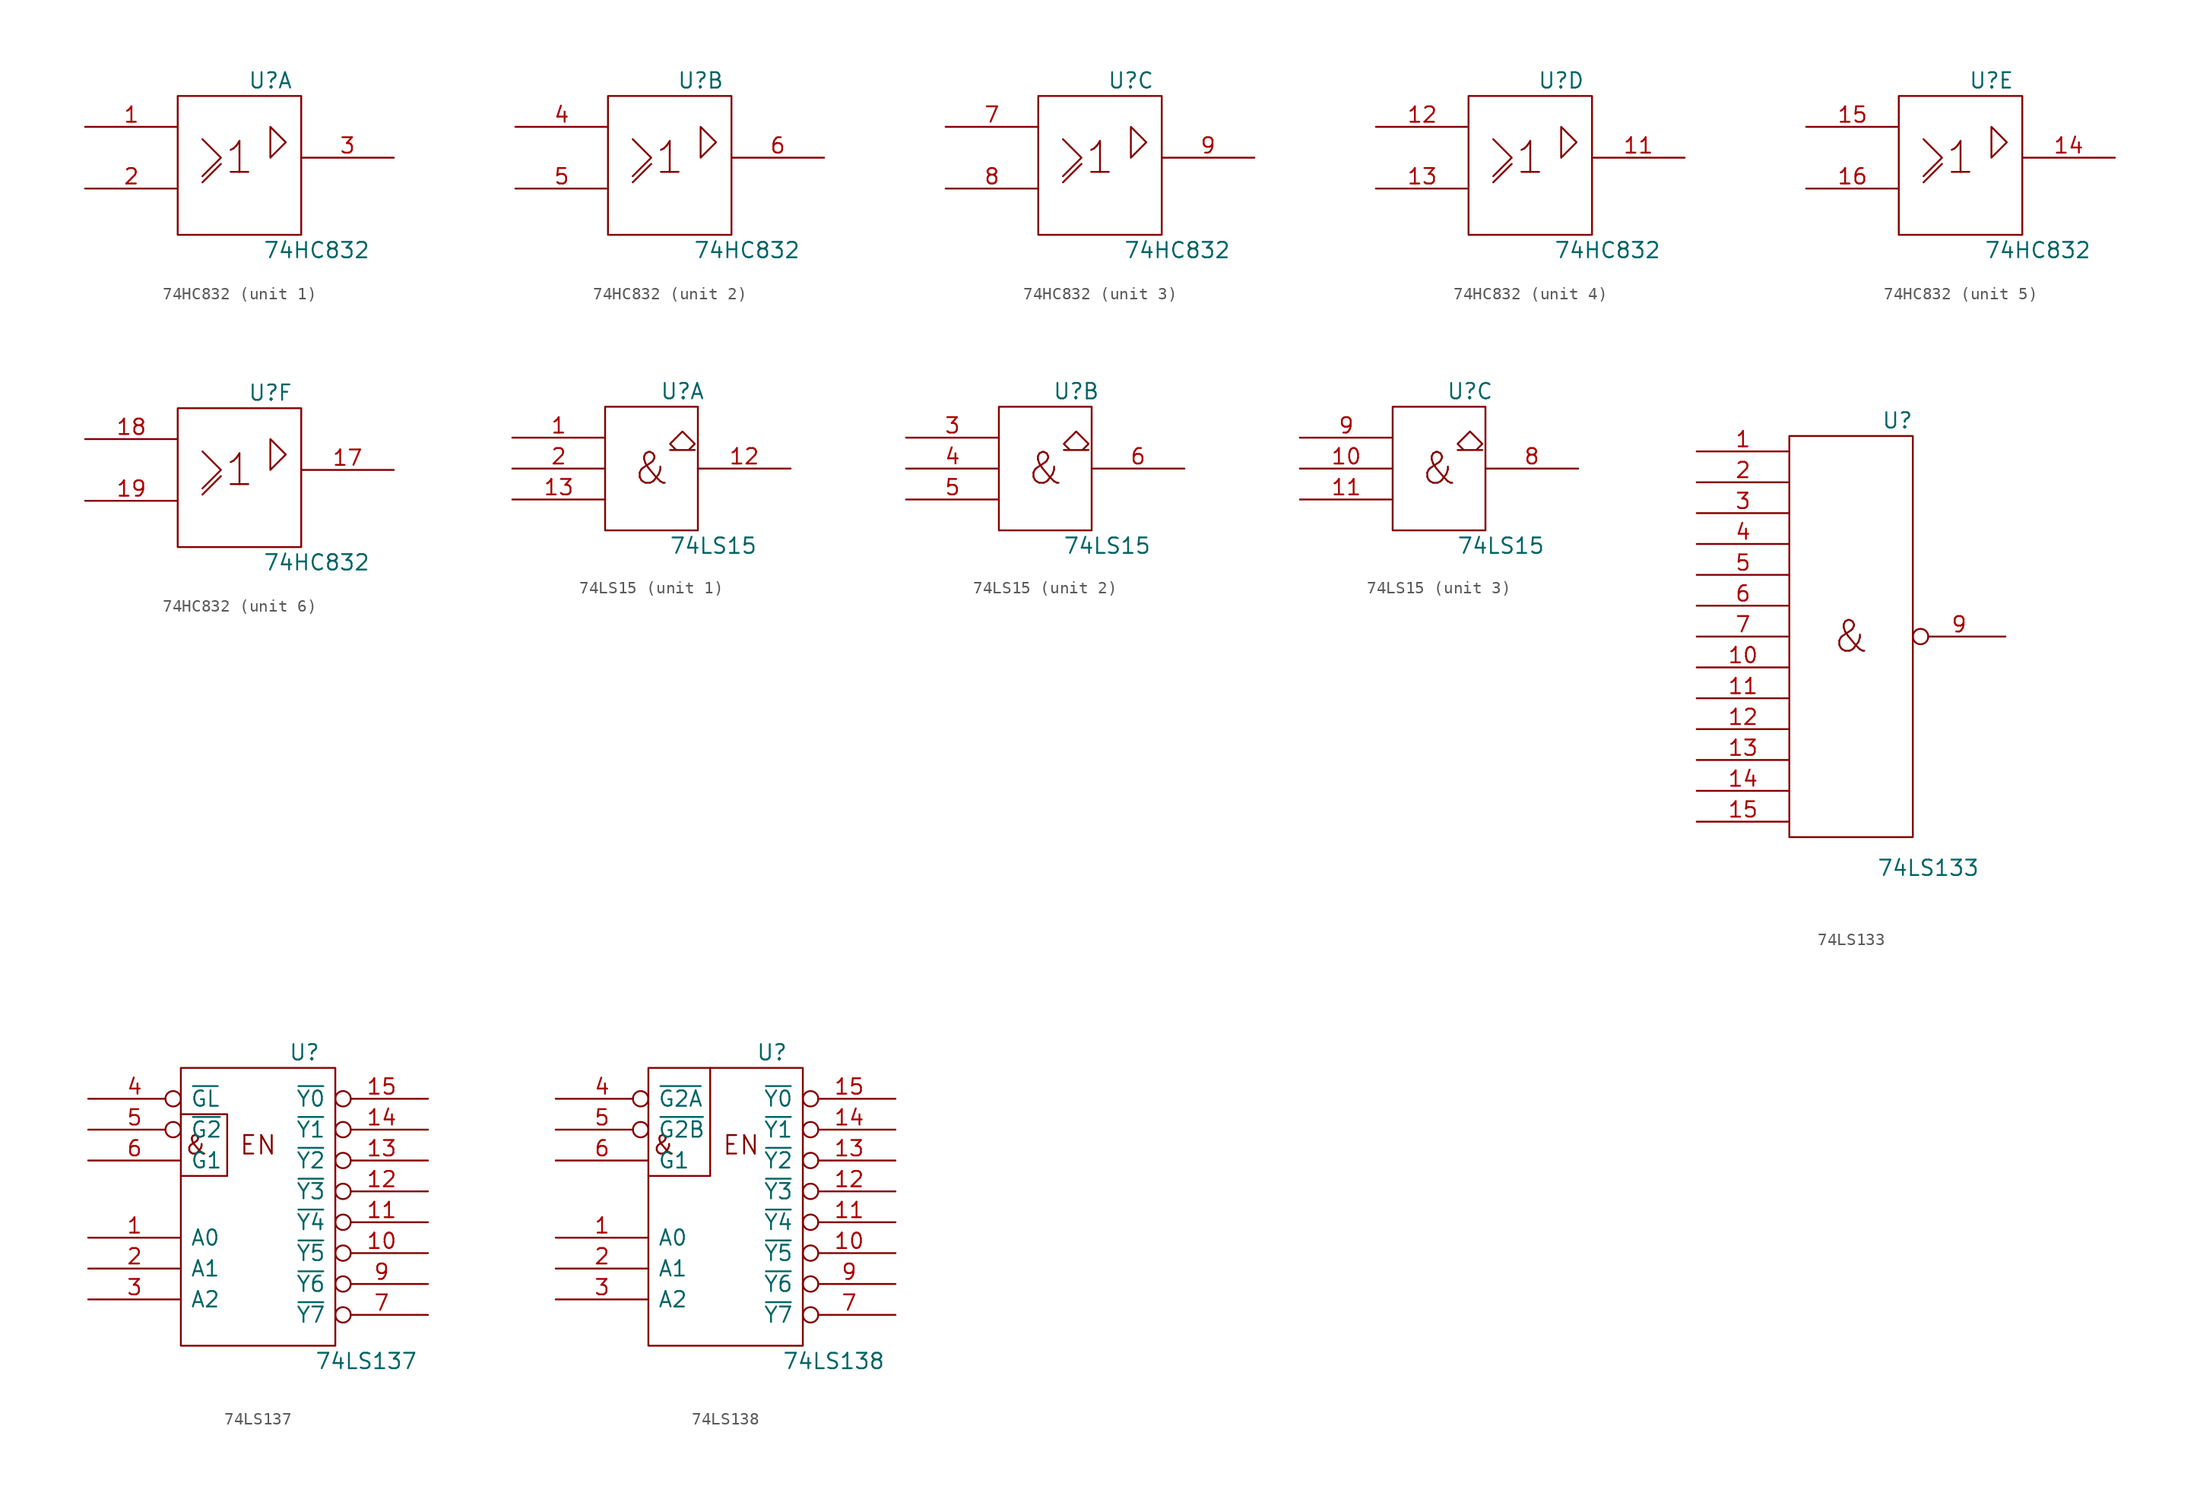
<source format=kicad_sym>
(kicad_symbol_lib
  (version 20201005)
  (generator kicad_symbol_editor)
  (symbol "74HC832"
    (pin_names
      (offset 0.762))
    (property "Reference" "U"
      (at 2.54 6.35 0)
      (effects (font (size 1.27 1.27))))
    (property "Value" "74HC832"
      (at 6.35 -7.62 0)
      (effects (font (size 1.27 1.27))))
    (symbol "74HC832_0_1"
      (text "1" (at 0 0 0) (effects (font (size 2.54 2.54))))
      (rectangle (start -5.08 5.08) (end 5.08 -6.35) (stroke (width 0)) (fill (type none)))
      (polyline (pts (xy -3.048 -2.032) (xy -1.524 -0.508) (xy -1.524 -0.508)) (stroke (width 0)) (fill (type none)))
      (polyline (pts (xy -3.048 1.524) (xy -1.524 0) (xy -3.048 -1.524) (xy -3.048 -1.524)) (stroke (width 0)) (fill (type none)))
      (polyline (pts (xy 2.54 0) (xy 2.54 2.54) (xy 3.81 1.27) (xy 2.54 0) (xy 2.54 0)) (stroke (width 0)) (fill (type none)))
      (pin power_in line (at 0 -6.35 90) (length 0) hide (name "Gnd" (effects (font (size 1.27 1.27)))) (number "10" (effects (font (size 1.27 1.27)))))
      (pin power_in line (at 0 5.08 270) (length 0) hide (name "Vcc" (effects (font (size 1.27 1.27)))) (number "20" (effects (font (size 1.27 1.27))))))
    (symbol "74HC832_1_1"
      (pin input line (at -12.7 2.54 0) (length 7.62) (name "~" (effects (font (size 1.27 1.27)))) (number "1" (effects (font (size 1.27 1.27)))))
      (pin input line (at -12.7 -2.54 0) (length 7.62) (name "~" (effects (font (size 1.27 1.27)))) (number "2" (effects (font (size 1.27 1.27)))))
      (pin output line (at 12.7 0 180) (length 7.62) (name "~" (effects (font (size 1.27 1.27)))) (number "3" (effects (font (size 1.27 1.27))))))
    (symbol "74HC832_2_1"
      (pin input line (at -12.7 2.54 0) (length 7.62) (name "~" (effects (font (size 1.27 1.27)))) (number "4" (effects (font (size 1.27 1.27)))))
      (pin input line (at -12.7 -2.54 0) (length 7.62) (name "~" (effects (font (size 1.27 1.27)))) (number "5" (effects (font (size 1.27 1.27)))))
      (pin output line (at 12.7 0 180) (length 7.62) (name "~" (effects (font (size 1.27 1.27)))) (number "6" (effects (font (size 1.27 1.27))))))
    (symbol "74HC832_3_1"
      (pin input line (at -12.7 2.54 0) (length 7.62) (name "~" (effects (font (size 1.27 1.27)))) (number "7" (effects (font (size 1.27 1.27)))))
      (pin input line (at -12.7 -2.54 0) (length 7.62) (name "~" (effects (font (size 1.27 1.27)))) (number "8" (effects (font (size 1.27 1.27)))))
      (pin output line (at 12.7 0 180) (length 7.62) (name "~" (effects (font (size 1.27 1.27)))) (number "9" (effects (font (size 1.27 1.27))))))
    (symbol "74HC832_4_1"
      (pin output line (at 12.7 0 180) (length 7.62) (name "~" (effects (font (size 1.27 1.27)))) (number "11" (effects (font (size 1.27 1.27)))))
      (pin input line (at -12.7 2.54 0) (length 7.62) (name "~" (effects (font (size 1.27 1.27)))) (number "12" (effects (font (size 1.27 1.27)))))
      (pin input line (at -12.7 -2.54 0) (length 7.62) (name "~" (effects (font (size 1.27 1.27)))) (number "13" (effects (font (size 1.27 1.27))))))
    (symbol "74HC832_5_1"
      (pin output line (at 12.7 0 180) (length 7.62) (name "~" (effects (font (size 1.27 1.27)))) (number "14" (effects (font (size 1.27 1.27)))))
      (pin input line (at -12.7 2.54 0) (length 7.62) (name "~" (effects (font (size 1.27 1.27)))) (number "15" (effects (font (size 1.27 1.27)))))
      (pin input line (at -12.7 -2.54 0) (length 7.62) (name "~" (effects (font (size 1.27 1.27)))) (number "16" (effects (font (size 1.27 1.27))))))
    (symbol "74HC832_6_1"
      (pin output line (at 12.7 0 180) (length 7.62) (name "~" (effects (font (size 1.27 1.27)))) (number "17" (effects (font (size 1.27 1.27)))))
      (pin input line (at -12.7 2.54 0) (length 7.62) (name "~" (effects (font (size 1.27 1.27)))) (number "18" (effects (font (size 1.27 1.27)))))
      (pin input line (at -12.7 -2.54 0) (length 7.62) (name "~" (effects (font (size 1.27 1.27)))) (number "19" (effects (font (size 1.27 1.27)))))))
  (symbol "74LS15"
    (pin_names
      (offset 0.762))
    (property "Reference" "U"
      (at 2.54 6.35 0)
      (effects (font (size 1.27 1.27))))
    (property "Value" "74LS15"
      (at 5.08 -6.35 0)
      (effects (font (size 1.27 1.27))))
    (symbol "74LS15_0_0"
      (text "&" (at 0 0 0) (effects (font (size 2.54 2.54))))
      (polyline (pts (xy 2.032 1.524) (xy 1.524 2.032) (xy 2.54 3.048) (xy 3.556 2.032) (xy 3.048 1.524) (xy 3.556 1.524) (xy 1.524 1.524) (xy 1.524 1.524)) (stroke (width 0)) (fill (type none))))
    (symbol "74LS15_0_1"
      (rectangle (start -3.81 5.08) (end 3.81 -5.08) (stroke (width 0)) (fill (type none)))
      (pin power_in line (at 0 5.08 270) (length 0) hide (name "Vcc" (effects (font (size 1.27 1.27)))) (number "14" (effects (font (size 1.27 1.27)))))
      (pin power_in line (at 0 -5.08 90) (length 0) hide (name "Gnd" (effects (font (size 1.27 1.27)))) (number "7" (effects (font (size 1.27 1.27))))))
    (symbol "74LS15_1_1"
      (pin input line (at -11.43 2.54 0) (length 7.62) (name "~" (effects (font (size 1.27 1.27)))) (number "1" (effects (font (size 1.27 1.27)))))
      (pin output line (at 11.43 0 180) (length 7.62) (name "~" (effects (font (size 1.27 1.27)))) (number "12" (effects (font (size 1.27 1.27)))))
      (pin input line (at -11.43 -2.54 0) (length 7.62) (name "~" (effects (font (size 1.27 1.27)))) (number "13" (effects (font (size 1.27 1.27)))))
      (pin input line (at -11.43 0 0) (length 7.62) (name "~" (effects (font (size 1.27 1.27)))) (number "2" (effects (font (size 1.27 1.27))))))
    (symbol "74LS15_2_1"
      (pin input line (at -11.43 2.54 0) (length 7.62) (name "~" (effects (font (size 1.27 1.27)))) (number "3" (effects (font (size 1.27 1.27)))))
      (pin input line (at -11.43 0 0) (length 7.62) (name "~" (effects (font (size 1.27 1.27)))) (number "4" (effects (font (size 1.27 1.27)))))
      (pin input line (at -11.43 -2.54 0) (length 7.62) (name "~" (effects (font (size 1.27 1.27)))) (number "5" (effects (font (size 1.27 1.27)))))
      (pin output line (at 11.43 0 180) (length 7.62) (name "~" (effects (font (size 1.27 1.27)))) (number "6" (effects (font (size 1.27 1.27))))))
    (symbol "74LS15_3_1"
      (pin input line (at -11.43 0 0) (length 7.62) (name "~" (effects (font (size 1.27 1.27)))) (number "10" (effects (font (size 1.27 1.27)))))
      (pin input line (at -11.43 -2.54 0) (length 7.62) (name "~" (effects (font (size 1.27 1.27)))) (number "11" (effects (font (size 1.27 1.27)))))
      (pin output line (at 11.43 0 180) (length 7.62) (name "~" (effects (font (size 1.27 1.27)))) (number "8" (effects (font (size 1.27 1.27)))))
      (pin input line (at -11.43 2.54 0) (length 7.62) (name "~" (effects (font (size 1.27 1.27)))) (number "9" (effects (font (size 1.27 1.27)))))))
  (symbol "74LS133"
    (pin_names
      (offset 0.762))
    (property "Reference" "U"
      (at 3.81 17.78 0)
      (effects (font (size 1.27 1.27))))
    (property "Value" "74LS133"
      (at 6.35 -19.05 0)
      (effects (font (size 1.27 1.27))))
    (symbol "74LS133_0_0"
      (text "&" (at 0 0 0) (effects (font (size 2.54 2.54)))))
    (symbol "74LS133_0_1"
      (rectangle (start -5.08 16.51) (end 5.08 -16.51) (stroke (width 0)) (fill (type none)))
      (pin power_in line (at 0 16.51 270) (length 0) hide (name "Vcc" (effects (font (size 1.27 1.27)))) (number "16" (effects (font (size 1.27 1.27)))))
      (pin power_in line (at 0 -16.51 90) (length 0) hide (name "Gnd" (effects (font (size 1.27 1.27)))) (number "8" (effects (font (size 1.27 1.27))))))
    (symbol "74LS133_1_1"
      (pin input line (at -12.7 15.24 0) (length 7.62) (name "~" (effects (font (size 1.27 1.27)))) (number "1" (effects (font (size 1.27 1.27)))))
      (pin input line (at -12.7 -2.54 0) (length 7.62) (name "~" (effects (font (size 1.27 1.27)))) (number "10" (effects (font (size 1.27 1.27)))))
      (pin input line (at -12.7 -5.08 0) (length 7.62) (name "~" (effects (font (size 1.27 1.27)))) (number "11" (effects (font (size 1.27 1.27)))))
      (pin input line (at -12.7 -7.62 0) (length 7.62) (name "~" (effects (font (size 1.27 1.27)))) (number "12" (effects (font (size 1.27 1.27)))))
      (pin input line (at -12.7 -10.16 0) (length 7.62) (name "~" (effects (font (size 1.27 1.27)))) (number "13" (effects (font (size 1.27 1.27)))))
      (pin input line (at -12.7 -12.7 0) (length 7.62) (name "~" (effects (font (size 1.27 1.27)))) (number "14" (effects (font (size 1.27 1.27)))))
      (pin input line (at -12.7 -15.24 0) (length 7.62) (name "~" (effects (font (size 1.27 1.27)))) (number "15" (effects (font (size 1.27 1.27)))))
      (pin input line (at -12.7 12.7 0) (length 7.62) (name "~" (effects (font (size 1.27 1.27)))) (number "2" (effects (font (size 1.27 1.27)))))
      (pin input line (at -12.7 10.16 0) (length 7.62) (name "~" (effects (font (size 1.27 1.27)))) (number "3" (effects (font (size 1.27 1.27)))))
      (pin input line (at -12.7 7.62 0) (length 7.62) (name "~" (effects (font (size 1.27 1.27)))) (number "4" (effects (font (size 1.27 1.27)))))
      (pin input line (at -12.7 5.08 0) (length 7.62) (name "~" (effects (font (size 1.27 1.27)))) (number "5" (effects (font (size 1.27 1.27)))))
      (pin input line (at -12.7 2.54 0) (length 7.62) (name "~" (effects (font (size 1.27 1.27)))) (number "6" (effects (font (size 1.27 1.27)))))
      (pin input line (at -12.7 0 0) (length 7.62) (name "~" (effects (font (size 1.27 1.27)))) (number "7" (effects (font (size 1.27 1.27)))))
      (pin output inverted (at 12.7 0 180) (length 7.62) (name "~" (effects (font (size 1.27 1.27)))) (number "9" (effects (font (size 1.27 1.27)))))))
  (symbol "74LS137"
    (pin_names
      (offset 0.762))
    (property "Reference" "U"
      (at 3.81 8.89 0)
      (effects (font (size 1.27 1.27))))
    (property "Value" "74LS137"
      (at 8.89 -16.51 0)
      (effects (font (size 1.27 1.27))))
    (symbol "74LS137_0_0"
      (text "&" (at -5.08 1.27 0) (effects (font (size 1.524 1.524))))
      (text "EN" (at 0 1.27 0) (effects (font (size 1.524 1.524))))
      (polyline (pts (xy -6.35 3.81) (xy -2.54 3.81) (xy -2.54 -1.27) (xy -6.35 -1.27) (xy -6.35 -1.27)) (stroke (width 0)) (fill (type none)))
      (pin power_in line (at 0 7.62 270) (length 0) hide (name "VCC" (effects (font (size 1.27 1.27)))) (number "16" (effects (font (size 1.27 1.27))))))
    (symbol "74LS137_0_1"
      (rectangle (start -6.35 7.62) (end 6.35 -15.24) (stroke (width 0)) (fill (type none))))
    (symbol "74LS137_1_1"
      (pin input line (at -13.97 -6.35 0) (length 7.62) (name "A0" (effects (font (size 1.27 1.27)))) (number "1" (effects (font (size 1.27 1.27)))))
      (pin output inverted (at 13.97 -7.62 180) (length 7.62) (name "~Y5" (effects (font (size 1.27 1.27)))) (number "10" (effects (font (size 1.27 1.27)))))
      (pin output inverted (at 13.97 -5.08 180) (length 7.62) (name "~Y4" (effects (font (size 1.27 1.27)))) (number "11" (effects (font (size 1.27 1.27)))))
      (pin output inverted (at 13.97 -2.54 180) (length 7.62) (name "~Y3" (effects (font (size 1.27 1.27)))) (number "12" (effects (font (size 1.27 1.27)))))
      (pin output inverted (at 13.97 0 180) (length 7.62) (name "~Y2" (effects (font (size 1.27 1.27)))) (number "13" (effects (font (size 1.27 1.27)))))
      (pin output inverted (at 13.97 2.54 180) (length 7.62) (name "~Y1" (effects (font (size 1.27 1.27)))) (number "14" (effects (font (size 1.27 1.27)))))
      (pin output inverted (at 13.97 5.08 180) (length 7.62) (name "~Y0" (effects (font (size 1.27 1.27)))) (number "15" (effects (font (size 1.27 1.27)))))
      (pin input line (at -13.97 -8.89 0) (length 7.62) (name "A1" (effects (font (size 1.27 1.27)))) (number "2" (effects (font (size 1.27 1.27)))))
      (pin input line (at -13.97 -11.43 0) (length 7.62) (name "A2" (effects (font (size 1.27 1.27)))) (number "3" (effects (font (size 1.27 1.27)))))
      (pin input inverted (at -13.97 5.08 0) (length 7.62) (name "~GL" (effects (font (size 1.27 1.27)))) (number "4" (effects (font (size 1.27 1.27)))))
      (pin input inverted (at -13.97 2.54 0) (length 7.62) (name "~G2" (effects (font (size 1.27 1.27)))) (number "5" (effects (font (size 1.27 1.27)))))
      (pin input line (at -13.97 0 0) (length 7.62) (name "G1" (effects (font (size 1.27 1.27)))) (number "6" (effects (font (size 1.27 1.27)))))
      (pin output inverted (at 13.97 -12.7 180) (length 7.62) (name "~Y7" (effects (font (size 1.27 1.27)))) (number "7" (effects (font (size 1.27 1.27)))))
      (pin power_in line (at 0 -15.24 90) (length 0) hide (name "GND" (effects (font (size 1.27 1.27)))) (number "8" (effects (font (size 1.27 1.27)))))
      (pin output inverted (at 13.97 -10.16 180) (length 7.62) (name "~Y6" (effects (font (size 1.27 1.27)))) (number "9" (effects (font (size 1.27 1.27)))))))
  (symbol "74LS138"
    (pin_names
      (offset 0.762))
    (property "Reference" "U"
      (at 3.81 8.89 0)
      (effects (font (size 1.27 1.27))))
    (property "Value" "74LS138"
      (at 8.89 -16.51 0)
      (effects (font (size 1.27 1.27))))
    (symbol "74LS138_0_0"
      (text "&" (at -5.08 1.27 0) (effects (font (size 1.524 1.524))))
      (text "EN" (at 1.27 1.27 0) (effects (font (size 1.524 1.524))))
      (polyline (pts (xy -1.27 7.62) (xy -1.27 -1.27) (xy -6.35 -1.27) (xy -6.35 -1.27)) (stroke (width 0)) (fill (type none)))
      (pin power_in line (at 0 7.62 270) (length 0) hide (name "VCC" (effects (font (size 1.27 1.27)))) (number "16" (effects (font (size 1.27 1.27))))))
    (symbol "74LS138_0_1"
      (rectangle (start -6.35 7.62) (end 6.35 -15.24) (stroke (width 0)) (fill (type none))))
    (symbol "74LS138_1_1"
      (pin input line (at -13.97 -6.35 0) (length 7.62) (name "A0" (effects (font (size 1.27 1.27)))) (number "1" (effects (font (size 1.27 1.27)))))
      (pin output inverted (at 13.97 -7.62 180) (length 7.62) (name "~Y5" (effects (font (size 1.27 1.27)))) (number "10" (effects (font (size 1.27 1.27)))))
      (pin output inverted (at 13.97 -5.08 180) (length 7.62) (name "~Y4" (effects (font (size 1.27 1.27)))) (number "11" (effects (font (size 1.27 1.27)))))
      (pin output inverted (at 13.97 -2.54 180) (length 7.62) (name "~Y3" (effects (font (size 1.27 1.27)))) (number "12" (effects (font (size 1.27 1.27)))))
      (pin output inverted (at 13.97 0 180) (length 7.62) (name "~Y2" (effects (font (size 1.27 1.27)))) (number "13" (effects (font (size 1.27 1.27)))))
      (pin output inverted (at 13.97 2.54 180) (length 7.62) (name "~Y1" (effects (font (size 1.27 1.27)))) (number "14" (effects (font (size 1.27 1.27)))))
      (pin output inverted (at 13.97 5.08 180) (length 7.62) (name "~Y0" (effects (font (size 1.27 1.27)))) (number "15" (effects (font (size 1.27 1.27)))))
      (pin input line (at -13.97 -8.89 0) (length 7.62) (name "A1" (effects (font (size 1.27 1.27)))) (number "2" (effects (font (size 1.27 1.27)))))
      (pin input line (at -13.97 -11.43 0) (length 7.62) (name "A2" (effects (font (size 1.27 1.27)))) (number "3" (effects (font (size 1.27 1.27)))))
      (pin input inverted (at -13.97 5.08 0) (length 7.62) (name "~G2A" (effects (font (size 1.27 1.27)))) (number "4" (effects (font (size 1.27 1.27)))))
      (pin input inverted (at -13.97 2.54 0) (length 7.62) (name "~G2B" (effects (font (size 1.27 1.27)))) (number "5" (effects (font (size 1.27 1.27)))))
      (pin input line (at -13.97 0 0) (length 7.62) (name "G1" (effects (font (size 1.27 1.27)))) (number "6" (effects (font (size 1.27 1.27)))))
      (pin output inverted (at 13.97 -12.7 180) (length 7.62) (name "~Y7" (effects (font (size 1.27 1.27)))) (number "7" (effects (font (size 1.27 1.27)))))
      (pin power_in line (at 0 -15.24 90) (length 0) hide (name "GND" (effects (font (size 1.27 1.27)))) (number "8" (effects (font (size 1.27 1.27)))))
      (pin output inverted (at 13.97 -10.16 180) (length 7.62) (name "~Y6" (effects (font (size 1.27 1.27)))) (number "9" (effects (font (size 1.27 1.27))))))))
</source>
